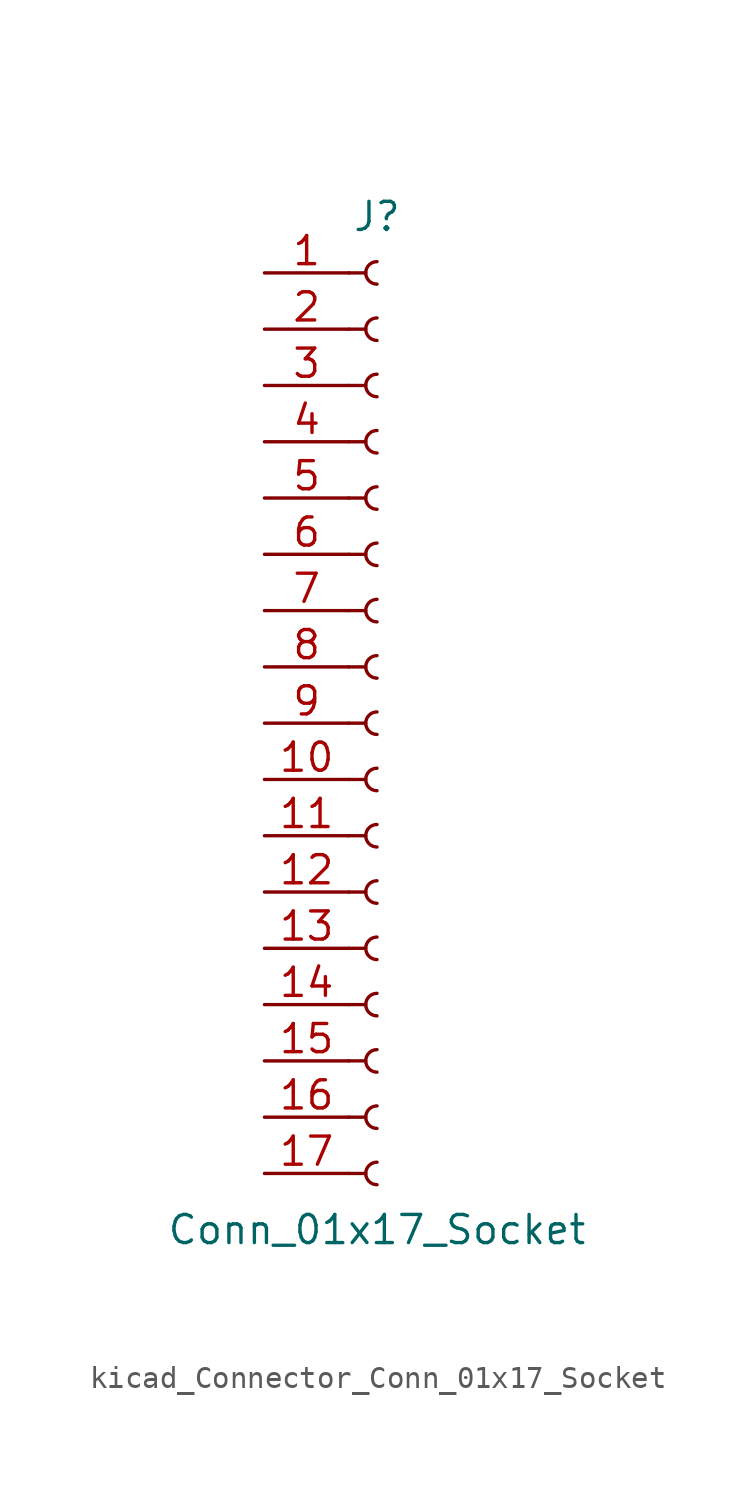
<source format=kicad_sym>
(kicad_symbol_lib
  (version 20220914)
  (generator kicad_symbol_editor)
  (symbol "kicad_Connector_Conn_01x17_Socket"
    (pin_names
      (offset 1.016) hide)
    (property "Reference" "J"
      (at 0 22.86 0)
      (effects (font (size 1.27 1.27))))
    (property "Value" "Conn_01x17_Socket"
      (at 0 -22.86 0)
      (effects (font (size 1.27 1.27))))
    (property "ki_locked" ""
      (at 0 0 0)
      (effects (font (size 1.27 1.27))))
    (symbol "kicad_Connector_Conn_01x17_Socket_1_1"
      (arc (start 0 -19.812) (mid -0.5058 -20.32) (end 0 -20.828) (stroke (width 0.1524) (type default)) (fill (type none)))
      (arc (start 0 -17.272) (mid -0.5058 -17.78) (end 0 -18.288) (stroke (width 0.1524) (type default)) (fill (type none)))
      (arc (start 0 -14.732) (mid -0.5058 -15.24) (end 0 -15.748) (stroke (width 0.1524) (type default)) (fill (type none)))
      (arc (start 0 -12.192) (mid -0.5058 -12.7) (end 0 -13.208) (stroke (width 0.1524) (type default)) (fill (type none)))
      (arc (start 0 -9.652) (mid -0.5058 -10.16) (end 0 -10.668) (stroke (width 0.1524) (type default)) (fill (type none)))
      (arc (start 0 -7.112) (mid -0.5058 -7.62) (end 0 -8.128) (stroke (width 0.1524) (type default)) (fill (type none)))
      (arc (start 0 -4.572) (mid -0.5058 -5.08) (end 0 -5.588) (stroke (width 0.1524) (type default)) (fill (type none)))
      (arc (start 0 -2.032) (mid -0.5058 -2.54) (end 0 -3.048) (stroke (width 0.1524) (type default)) (fill (type none)))
      (polyline (pts (xy -1.27 -20.32) (xy -0.508 -20.32)) (stroke (width 0.152) (type default)) (fill (type none)))
      (polyline (pts (xy -1.27 -17.78) (xy -0.508 -17.78)) (stroke (width 0.152) (type default)) (fill (type none)))
      (polyline (pts (xy -1.27 -15.24) (xy -0.508 -15.24)) (stroke (width 0.152) (type default)) (fill (type none)))
      (polyline (pts (xy -1.27 -12.7) (xy -0.508 -12.7)) (stroke (width 0.152) (type default)) (fill (type none)))
      (polyline (pts (xy -1.27 -10.16) (xy -0.508 -10.16)) (stroke (width 0.152) (type default)) (fill (type none)))
      (polyline (pts (xy -1.27 -7.62) (xy -0.508 -7.62)) (stroke (width 0.152) (type default)) (fill (type none)))
      (polyline (pts (xy -1.27 -5.08) (xy -0.508 -5.08)) (stroke (width 0.152) (type default)) (fill (type none)))
      (polyline (pts (xy -1.27 -2.54) (xy -0.508 -2.54)) (stroke (width 0.152) (type default)) (fill (type none)))
      (polyline (pts (xy -1.27 0) (xy -0.508 0)) (stroke (width 0.152) (type default)) (fill (type none)))
      (polyline (pts (xy -1.27 2.54) (xy -0.508 2.54)) (stroke (width 0.152) (type default)) (fill (type none)))
      (polyline (pts (xy -1.27 5.08) (xy -0.508 5.08)) (stroke (width 0.152) (type default)) (fill (type none)))
      (polyline (pts (xy -1.27 7.62) (xy -0.508 7.62)) (stroke (width 0.152) (type default)) (fill (type none)))
      (polyline (pts (xy -1.27 10.16) (xy -0.508 10.16)) (stroke (width 0.152) (type default)) (fill (type none)))
      (polyline (pts (xy -1.27 12.7) (xy -0.508 12.7)) (stroke (width 0.152) (type default)) (fill (type none)))
      (polyline (pts (xy -1.27 15.24) (xy -0.508 15.24)) (stroke (width 0.152) (type default)) (fill (type none)))
      (polyline (pts (xy -1.27 17.78) (xy -0.508 17.78)) (stroke (width 0.152) (type default)) (fill (type none)))
      (polyline (pts (xy -1.27 20.32) (xy -0.508 20.32)) (stroke (width 0.152) (type default)) (fill (type none)))
      (arc (start 0 0.508) (mid -0.5058 0) (end 0 -0.508) (stroke (width 0.1524) (type default)) (fill (type none)))
      (arc (start 0 3.048) (mid -0.5058 2.54) (end 0 2.032) (stroke (width 0.1524) (type default)) (fill (type none)))
      (arc (start 0 5.588) (mid -0.5058 5.08) (end 0 4.572) (stroke (width 0.1524) (type default)) (fill (type none)))
      (arc (start 0 8.128) (mid -0.5058 7.62) (end 0 7.112) (stroke (width 0.1524) (type default)) (fill (type none)))
      (arc (start 0 10.668) (mid -0.5058 10.16) (end 0 9.652) (stroke (width 0.1524) (type default)) (fill (type none)))
      (arc (start 0 13.208) (mid -0.5058 12.7) (end 0 12.192) (stroke (width 0.1524) (type default)) (fill (type none)))
      (arc (start 0 15.748) (mid -0.5058 15.24) (end 0 14.732) (stroke (width 0.1524) (type default)) (fill (type none)))
      (arc (start 0 18.288) (mid -0.5058 17.78) (end 0 17.272) (stroke (width 0.1524) (type default)) (fill (type none)))
      (arc (start 0 20.828) (mid -0.5058 20.32) (end 0 19.812) (stroke (width 0.1524) (type default)) (fill (type none)))
      (pin passive line (at -5.08 20.32 0) (length 3.81) (name "Pin_1" (effects (font (size 1.27 1.27)))) (number "1" (effects (font (size 1.27 1.27)))))
      (pin passive line (at -5.08 -2.54 0) (length 3.81) (name "Pin_10" (effects (font (size 1.27 1.27)))) (number "10" (effects (font (size 1.27 1.27)))))
      (pin passive line (at -5.08 -5.08 0) (length 3.81) (name "Pin_11" (effects (font (size 1.27 1.27)))) (number "11" (effects (font (size 1.27 1.27)))))
      (pin passive line (at -5.08 -7.62 0) (length 3.81) (name "Pin_12" (effects (font (size 1.27 1.27)))) (number "12" (effects (font (size 1.27 1.27)))))
      (pin passive line (at -5.08 -10.16 0) (length 3.81) (name "Pin_13" (effects (font (size 1.27 1.27)))) (number "13" (effects (font (size 1.27 1.27)))))
      (pin passive line (at -5.08 -12.7 0) (length 3.81) (name "Pin_14" (effects (font (size 1.27 1.27)))) (number "14" (effects (font (size 1.27 1.27)))))
      (pin passive line (at -5.08 -15.24 0) (length 3.81) (name "Pin_15" (effects (font (size 1.27 1.27)))) (number "15" (effects (font (size 1.27 1.27)))))
      (pin passive line (at -5.08 -17.78 0) (length 3.81) (name "Pin_16" (effects (font (size 1.27 1.27)))) (number "16" (effects (font (size 1.27 1.27)))))
      (pin passive line (at -5.08 -20.32 0) (length 3.81) (name "Pin_17" (effects (font (size 1.27 1.27)))) (number "17" (effects (font (size 1.27 1.27)))))
      (pin passive line (at -5.08 17.78 0) (length 3.81) (name "Pin_2" (effects (font (size 1.27 1.27)))) (number "2" (effects (font (size 1.27 1.27)))))
      (pin passive line (at -5.08 15.24 0) (length 3.81) (name "Pin_3" (effects (font (size 1.27 1.27)))) (number "3" (effects (font (size 1.27 1.27)))))
      (pin passive line (at -5.08 12.7 0) (length 3.81) (name "Pin_4" (effects (font (size 1.27 1.27)))) (number "4" (effects (font (size 1.27 1.27)))))
      (pin passive line (at -5.08 10.16 0) (length 3.81) (name "Pin_5" (effects (font (size 1.27 1.27)))) (number "5" (effects (font (size 1.27 1.27)))))
      (pin passive line (at -5.08 7.62 0) (length 3.81) (name "Pin_6" (effects (font (size 1.27 1.27)))) (number "6" (effects (font (size 1.27 1.27)))))
      (pin passive line (at -5.08 5.08 0) (length 3.81) (name "Pin_7" (effects (font (size 1.27 1.27)))) (number "7" (effects (font (size 1.27 1.27)))))
      (pin passive line (at -5.08 2.54 0) (length 3.81) (name "Pin_8" (effects (font (size 1.27 1.27)))) (number "8" (effects (font (size 1.27 1.27)))))
      (pin passive line (at -5.08 0 0) (length 3.81) (name "Pin_9" (effects (font (size 1.27 1.27)))) (number "9" (effects (font (size 1.27 1.27))))))))
</source>
